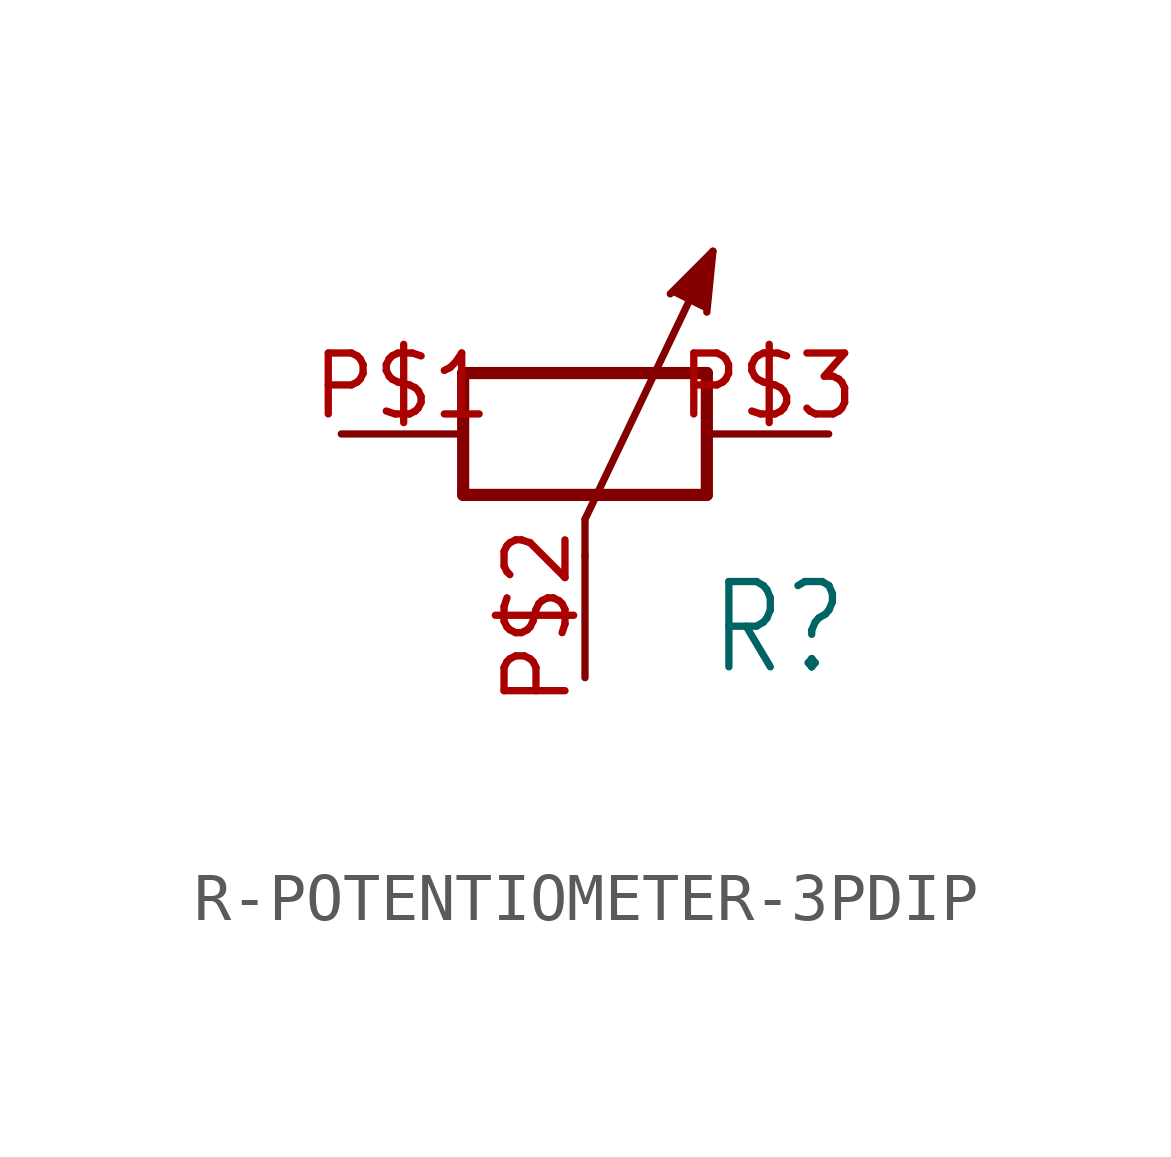
<source format=kicad_sym>
(kicad_symbol_lib
  (version 20220914)
  (generator kicad_symbol_editor)
  (symbol "R-POTENTIOMETER-3PDIP"
    (property "Reference" "R"
      (at 2.54 -5.08 0)
      (effects (font (size 1.778 1.511)) (justify left bottom)))
    (property "Value" ""
      (at 2.54 -7.62 0)
      (effects (font (size 1.778 1.511)) (justify left bottom)))
    (property "ki_locked" ""
      (at 0 0 0)
      (effects (font (size 1.27 1.27))))
    (symbol "R-POTENTIOMETER-3PDIP_1_0"
      (polyline (pts (xy -2.54 -1.27) (xy 2.54 -1.27)) (stroke (width 0.254) (type solid)) (fill (type none)))
      (polyline (pts (xy -2.54 1.27) (xy -2.54 -1.27)) (stroke (width 0.254) (type solid)) (fill (type none)))
      (polyline (pts (xy 0 -1.778) (xy 0 -2.54)) (stroke (width 0.152) (type solid)) (fill (type none)))
      (polyline (pts (xy 0 -1.778) (xy 2.667 3.81)) (stroke (width 0.152) (type solid)) (fill (type none)))
      (polyline (pts (xy 2.54 -1.27) (xy 2.54 1.27)) (stroke (width 0.254) (type solid)) (fill (type none)))
      (polyline (pts (xy 2.54 1.27) (xy -2.54 1.27)) (stroke (width 0.254) (type solid)) (fill (type none)))
      (polyline (pts (xy 2.54 2.54) (xy 2.667 3.81) (xy 1.778 2.921)) (stroke (width 0.152) (type solid)) (fill (type outline)))
      (pin passive line (at -5.08 0 0) (length 2.54) (name "1" (effects (font (size 0 0)))) (number "P$1" (effects (font (size 1.27 1.27)))))
      (pin passive line (at 0 -5.08 90) (length 2.54) (name "3" (effects (font (size 0 0)))) (number "P$2" (effects (font (size 1.27 1.27)))))
      (pin passive line (at 5.08 0 180) (length 2.54) (name "2" (effects (font (size 0 0)))) (number "P$3" (effects (font (size 1.27 1.27))))))))
</source>
